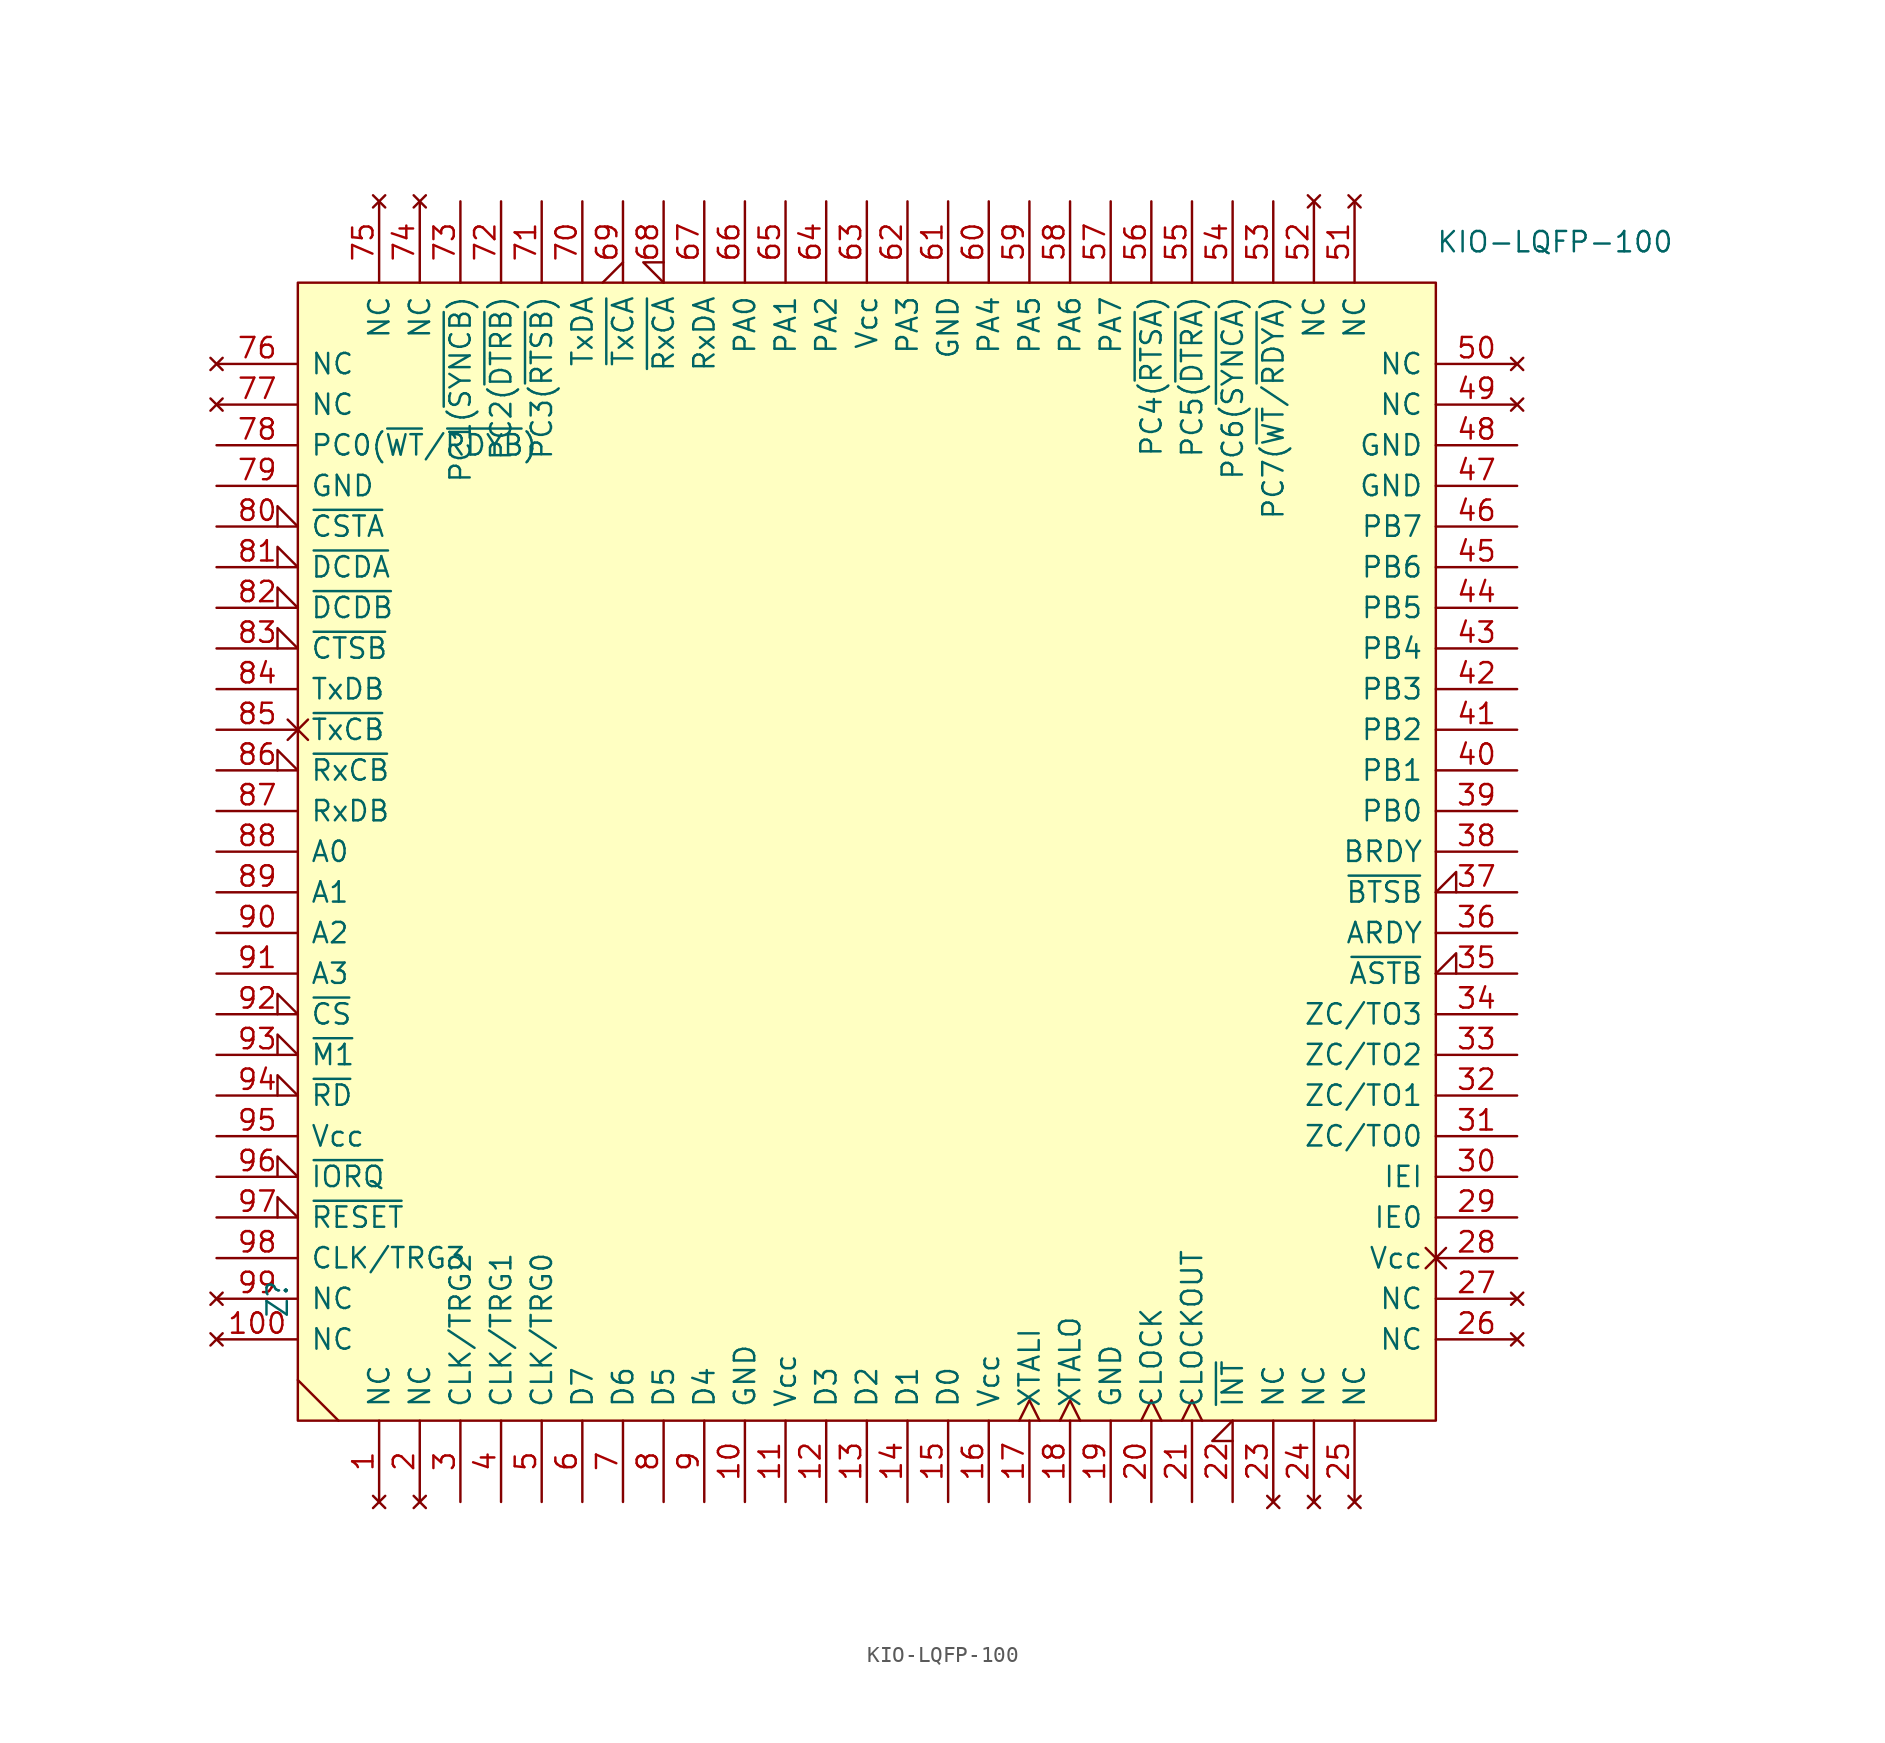
<source format=kicad_sym>
(kicad_symbol_lib
  (version 20211014)
  (generator kicad_symbol_editor)
  (symbol "KIO-LQFP-100"
    (pin_names
      (offset 0.762))
    (property "Reference" "Z"
      (at -1.27 -64.77 90)
      (effects (font (size 1.27 1.27)) (justify left)))
    (property "Value" "KIO-LQFP-100"
      (at 71.12 2.54 0)
      (effects (font (size 1.27 1.27)) (justify left)))
    (symbol "KIO-LQFP-100_0_0"
      (pin no_connect line (at 5.08 -76.2 90) (length 5.08) (name "NC" (effects (font (size 1.27 1.27)))) (number "1" (effects (font (size 1.27 1.27)))))
      (pin power_in line (at 27.94 -76.2 90) (length 5.08) (name "GND" (effects (font (size 1.27 1.27)))) (number "10" (effects (font (size 1.27 1.27)))))
      (pin no_connect line (at -5.08 -66.04 0) (length 5.08) (name "NC" (effects (font (size 1.27 1.27)))) (number "100" (effects (font (size 1.27 1.27)))))
      (pin power_in line (at 30.48 -76.2 90) (length 5.08) (name "Vcc" (effects (font (size 1.27 1.27)))) (number "11" (effects (font (size 1.27 1.27)))))
      (pin bidirectional line (at 33.02 -76.2 90) (length 5.08) (name "D3" (effects (font (size 1.27 1.27)))) (number "12" (effects (font (size 1.27 1.27)))))
      (pin bidirectional line (at 35.56 -76.2 90) (length 5.08) (name "D2" (effects (font (size 1.27 1.27)))) (number "13" (effects (font (size 1.27 1.27)))))
      (pin bidirectional line (at 38.1 -76.2 90) (length 5.08) (name "D1" (effects (font (size 1.27 1.27)))) (number "14" (effects (font (size 1.27 1.27)))))
      (pin bidirectional line (at 40.64 -76.2 90) (length 5.08) (name "D0" (effects (font (size 1.27 1.27)))) (number "15" (effects (font (size 1.27 1.27)))))
      (pin power_in line (at 43.18 -76.2 90) (length 5.08) (name "Vcc" (effects (font (size 1.27 1.27)))) (number "16" (effects (font (size 1.27 1.27)))))
      (pin input clock (at 45.72 -76.2 90) (length 5.08) (name "XTALI" (effects (font (size 1.27 1.27)))) (number "17" (effects (font (size 1.27 1.27)))))
      (pin output clock (at 48.26 -76.2 90) (length 5.08) (name "XTALO" (effects (font (size 1.27 1.27)))) (number "18" (effects (font (size 1.27 1.27)))))
      (pin power_in line (at 50.8 -76.2 90) (length 5.08) (name "GND" (effects (font (size 1.27 1.27)))) (number "19" (effects (font (size 1.27 1.27)))))
      (pin no_connect line (at 7.62 -76.2 90) (length 5.08) (name "NC" (effects (font (size 1.27 1.27)))) (number "2" (effects (font (size 1.27 1.27)))))
      (pin input clock (at 53.34 -76.2 90) (length 5.08) (name "CLOCK" (effects (font (size 1.27 1.27)))) (number "20" (effects (font (size 1.27 1.27)))))
      (pin output clock (at 55.88 -76.2 90) (length 5.08) (name "CLOCKOUT" (effects (font (size 1.27 1.27)))) (number "21" (effects (font (size 1.27 1.27)))))
      (pin open_collector input_low (at 58.42 -76.2 90) (length 5.08) (name "~{INT}" (effects (font (size 1.27 1.27)))) (number "22" (effects (font (size 1.27 1.27)))))
      (pin no_connect line (at 60.96 -76.2 90) (length 5.08) (name "NC" (effects (font (size 1.27 1.27)))) (number "23" (effects (font (size 1.27 1.27)))))
      (pin no_connect line (at 63.5 -76.2 90) (length 5.08) (name "NC" (effects (font (size 1.27 1.27)))) (number "24" (effects (font (size 1.27 1.27)))))
      (pin no_connect line (at 66.04 -76.2 90) (length 5.08) (name "NC" (effects (font (size 1.27 1.27)))) (number "25" (effects (font (size 1.27 1.27)))))
      (pin no_connect line (at 76.2 -66.04 180) (length 5.08) (name "NC" (effects (font (size 1.27 1.27)))) (number "26" (effects (font (size 1.27 1.27)))))
      (pin no_connect line (at 76.2 -63.5 180) (length 5.08) (name "NC" (effects (font (size 1.27 1.27)))) (number "27" (effects (font (size 1.27 1.27)))))
      (pin power_in non_logic (at 76.2 -60.96 180) (length 5.08) (name "Vcc" (effects (font (size 1.27 1.27)))) (number "28" (effects (font (size 1.27 1.27)))))
      (pin output line (at 76.2 -58.42 180) (length 5.08) (name "IE0" (effects (font (size 1.27 1.27)))) (number "29" (effects (font (size 1.27 1.27)))))
      (pin input line (at 10.16 -76.2 90) (length 5.08) (name "CLK/TRG2" (effects (font (size 1.27 1.27)))) (number "3" (effects (font (size 1.27 1.27)))))
      (pin input line (at 76.2 -55.88 180) (length 5.08) (name "IEI" (effects (font (size 1.27 1.27)))) (number "30" (effects (font (size 1.27 1.27)))))
      (pin output line (at 76.2 -53.34 180) (length 5.08) (name "ZC/TO0" (effects (font (size 1.27 1.27)))) (number "31" (effects (font (size 1.27 1.27)))))
      (pin output line (at 76.2 -50.8 180) (length 5.08) (name "ZC/TO1" (effects (font (size 1.27 1.27)))) (number "32" (effects (font (size 1.27 1.27)))))
      (pin output line (at 76.2 -48.26 180) (length 5.08) (name "ZC/TO2" (effects (font (size 1.27 1.27)))) (number "33" (effects (font (size 1.27 1.27)))))
      (pin output line (at 76.2 -45.72 180) (length 5.08) (name "ZC/TO3" (effects (font (size 1.27 1.27)))) (number "34" (effects (font (size 1.27 1.27)))))
      (pin input input_low (at 76.2 -43.18 180) (length 5.08) (name "~{ASTB}" (effects (font (size 1.27 1.27)))) (number "35" (effects (font (size 1.27 1.27)))))
      (pin output line (at 76.2 -40.64 180) (length 5.08) (name "ARDY" (effects (font (size 1.27 1.27)))) (number "36" (effects (font (size 1.27 1.27)))))
      (pin input input_low (at 76.2 -38.1 180) (length 5.08) (name "~{BTSB}" (effects (font (size 1.27 1.27)))) (number "37" (effects (font (size 1.27 1.27)))))
      (pin output line (at 76.2 -35.56 180) (length 5.08) (name "BRDY" (effects (font (size 1.27 1.27)))) (number "38" (effects (font (size 1.27 1.27)))))
      (pin tri_state line (at 76.2 -33.02 180) (length 5.08) (name "PB0" (effects (font (size 1.27 1.27)))) (number "39" (effects (font (size 1.27 1.27)))))
      (pin input line (at 12.7 -76.2 90) (length 5.08) (name "CLK/TRG1" (effects (font (size 1.27 1.27)))) (number "4" (effects (font (size 1.27 1.27)))))
      (pin tri_state line (at 76.2 -30.48 180) (length 5.08) (name "PB1" (effects (font (size 1.27 1.27)))) (number "40" (effects (font (size 1.27 1.27)))))
      (pin tri_state line (at 76.2 -27.94 180) (length 5.08) (name "PB2" (effects (font (size 1.27 1.27)))) (number "41" (effects (font (size 1.27 1.27)))))
      (pin tri_state line (at 76.2 -25.4 180) (length 5.08) (name "PB3" (effects (font (size 1.27 1.27)))) (number "42" (effects (font (size 1.27 1.27)))))
      (pin tri_state line (at 76.2 -22.86 180) (length 5.08) (name "PB4" (effects (font (size 1.27 1.27)))) (number "43" (effects (font (size 1.27 1.27)))))
      (pin tri_state line (at 76.2 -20.32 180) (length 5.08) (name "PB5" (effects (font (size 1.27 1.27)))) (number "44" (effects (font (size 1.27 1.27)))))
      (pin tri_state line (at 76.2 -17.78 180) (length 5.08) (name "PB6" (effects (font (size 1.27 1.27)))) (number "45" (effects (font (size 1.27 1.27)))))
      (pin tri_state line (at 76.2 -15.24 180) (length 5.08) (name "PB7" (effects (font (size 1.27 1.27)))) (number "46" (effects (font (size 1.27 1.27)))))
      (pin power_in line (at 76.2 -12.7 180) (length 5.08) (name "GND" (effects (font (size 1.27 1.27)))) (number "47" (effects (font (size 1.27 1.27)))))
      (pin power_in line (at 76.2 -10.16 180) (length 5.08) (name "GND" (effects (font (size 1.27 1.27)))) (number "48" (effects (font (size 1.27 1.27)))))
      (pin no_connect line (at 76.2 -7.62 180) (length 5.08) (name "NC" (effects (font (size 1.27 1.27)))) (number "49" (effects (font (size 1.27 1.27)))))
      (pin input line (at 15.24 -76.2 90) (length 5.08) (name "CLK/TRG0" (effects (font (size 1.27 1.27)))) (number "5" (effects (font (size 1.27 1.27)))))
      (pin no_connect line (at 76.2 -5.08 180) (length 5.08) (name "NC" (effects (font (size 1.27 1.27)))) (number "50" (effects (font (size 1.27 1.27)))))
      (pin no_connect line (at 66.04 5.08 270) (length 5.08) (name "NC" (effects (font (size 1.27 1.27)))) (number "51" (effects (font (size 1.27 1.27)))))
      (pin no_connect line (at 63.5 5.08 270) (length 5.08) (name "NC" (effects (font (size 1.27 1.27)))) (number "52" (effects (font (size 1.27 1.27)))))
      (pin tri_state line (at 60.96 5.08 270) (length 5.08) (name "PC7(~{WT}/~{RDYA})" (effects (font (size 1.27 1.27)))) (number "53" (effects (font (size 1.27 1.27)))))
      (pin tri_state line (at 58.42 5.08 270) (length 5.08) (name "PC6(~{SYNCA})" (effects (font (size 1.27 1.27)))) (number "54" (effects (font (size 1.27 1.27)))))
      (pin tri_state line (at 55.88 5.08 270) (length 5.08) (name "PC5(~{DTRA})" (effects (font (size 1.27 1.27)))) (number "55" (effects (font (size 1.27 1.27)))))
      (pin tri_state line (at 53.34 5.08 270) (length 5.08) (name "PC4(~{RTSA})" (effects (font (size 1.27 1.27)))) (number "56" (effects (font (size 1.27 1.27)))))
      (pin tri_state line (at 50.8 5.08 270) (length 5.08) (name "PA7" (effects (font (size 1.27 1.27)))) (number "57" (effects (font (size 1.27 1.27)))))
      (pin tri_state line (at 48.26 5.08 270) (length 5.08) (name "PA6" (effects (font (size 1.27 1.27)))) (number "58" (effects (font (size 1.27 1.27)))))
      (pin tri_state line (at 45.72 5.08 270) (length 5.08) (name "PA5" (effects (font (size 1.27 1.27)))) (number "59" (effects (font (size 1.27 1.27)))))
      (pin bidirectional line (at 17.78 -76.2 90) (length 5.08) (name "D7" (effects (font (size 1.27 1.27)))) (number "6" (effects (font (size 1.27 1.27)))))
      (pin tri_state line (at 43.18 5.08 270) (length 5.08) (name "PA4" (effects (font (size 1.27 1.27)))) (number "60" (effects (font (size 1.27 1.27)))))
      (pin power_in line (at 40.64 5.08 270) (length 5.08) (name "GND" (effects (font (size 1.27 1.27)))) (number "61" (effects (font (size 1.27 1.27)))))
      (pin tri_state line (at 38.1 5.08 270) (length 5.08) (name "PA3" (effects (font (size 1.27 1.27)))) (number "62" (effects (font (size 1.27 1.27)))))
      (pin power_in line (at 35.56 5.08 270) (length 5.08) (name "Vcc" (effects (font (size 1.27 1.27)))) (number "63" (effects (font (size 1.27 1.27)))))
      (pin tri_state line (at 33.02 5.08 270) (length 5.08) (name "PA2" (effects (font (size 1.27 1.27)))) (number "64" (effects (font (size 1.27 1.27)))))
      (pin tri_state line (at 30.48 5.08 270) (length 5.08) (name "PA1" (effects (font (size 1.27 1.27)))) (number "65" (effects (font (size 1.27 1.27)))))
      (pin tri_state line (at 27.94 5.08 270) (length 5.08) (name "PA0" (effects (font (size 1.27 1.27)))) (number "66" (effects (font (size 1.27 1.27)))))
      (pin input line (at 25.4 5.08 270) (length 5.08) (name "RxDA" (effects (font (size 1.27 1.27)))) (number "67" (effects (font (size 1.27 1.27)))))
      (pin input input_low (at 22.86 5.08 270) (length 5.08) (name "~{RxCA}" (effects (font (size 1.27 1.27)))) (number "68" (effects (font (size 1.27 1.27)))))
      (pin bidirectional output_low (at 20.32 5.08 270) (length 5.08) (name "~{TxCA}" (effects (font (size 1.27 1.27)))) (number "69" (effects (font (size 1.27 1.27)))))
      (pin bidirectional line (at 20.32 -76.2 90) (length 5.08) (name "D6" (effects (font (size 1.27 1.27)))) (number "7" (effects (font (size 1.27 1.27)))))
      (pin output line (at 17.78 5.08 270) (length 5.08) (name "TxDA" (effects (font (size 1.27 1.27)))) (number "70" (effects (font (size 1.27 1.27)))))
      (pin tri_state line (at 15.24 5.08 270) (length 5.08) (name "PC3(~{RTSB})" (effects (font (size 1.27 1.27)))) (number "71" (effects (font (size 1.27 1.27)))))
      (pin tri_state line (at 12.7 5.08 270) (length 5.08) (name "PC2(~{DTRB})" (effects (font (size 1.27 1.27)))) (number "72" (effects (font (size 1.27 1.27)))))
      (pin tri_state line (at 10.16 5.08 270) (length 5.08) (name "PC1(~{SYNCB})" (effects (font (size 1.27 1.27)))) (number "73" (effects (font (size 1.27 1.27)))))
      (pin no_connect line (at 7.62 5.08 270) (length 5.08) (name "NC" (effects (font (size 1.27 1.27)))) (number "74" (effects (font (size 1.27 1.27)))))
      (pin no_connect line (at 5.08 5.08 270) (length 5.08) (name "NC" (effects (font (size 1.27 1.27)))) (number "75" (effects (font (size 1.27 1.27)))))
      (pin no_connect line (at -5.08 -5.08 0) (length 5.08) (name "NC" (effects (font (size 1.27 1.27)))) (number "76" (effects (font (size 1.27 1.27)))))
      (pin no_connect line (at -5.08 -7.62 0) (length 5.08) (name "NC" (effects (font (size 1.27 1.27)))) (number "77" (effects (font (size 1.27 1.27)))))
      (pin tri_state line (at -5.08 -10.16 0) (length 5.08) (name "PC0(~{WT}/~{RDYB})" (effects (font (size 1.27 1.27)))) (number "78" (effects (font (size 1.27 1.27)))))
      (pin power_in line (at -5.08 -12.7 0) (length 5.08) (name "GND" (effects (font (size 1.27 1.27)))) (number "79" (effects (font (size 1.27 1.27)))))
      (pin bidirectional line (at 22.86 -76.2 90) (length 5.08) (name "D5" (effects (font (size 1.27 1.27)))) (number "8" (effects (font (size 1.27 1.27)))))
      (pin input input_low (at -5.08 -15.24 0) (length 5.08) (name "~{CSTA}" (effects (font (size 1.27 1.27)))) (number "80" (effects (font (size 1.27 1.27)))))
      (pin input input_low (at -5.08 -17.78 0) (length 5.08) (name "~{DCDA}" (effects (font (size 1.27 1.27)))) (number "81" (effects (font (size 1.27 1.27)))))
      (pin input input_low (at -5.08 -20.32 0) (length 5.08) (name "~{DCDB}" (effects (font (size 1.27 1.27)))) (number "82" (effects (font (size 1.27 1.27)))))
      (pin input input_low (at -5.08 -22.86 0) (length 5.08) (name "~{CTSB}" (effects (font (size 1.27 1.27)))) (number "83" (effects (font (size 1.27 1.27)))))
      (pin output line (at -5.08 -25.4 0) (length 5.08) (name "TxDB" (effects (font (size 1.27 1.27)))) (number "84" (effects (font (size 1.27 1.27)))))
      (pin bidirectional non_logic (at -5.08 -27.94 0) (length 5.08) (name "~{TxCB}" (effects (font (size 1.27 1.27)))) (number "85" (effects (font (size 1.27 1.27)))))
      (pin input input_low (at -5.08 -30.48 0) (length 5.08) (name "~{RxCB}" (effects (font (size 1.27 1.27)))) (number "86" (effects (font (size 1.27 1.27)))))
      (pin input line (at -5.08 -33.02 0) (length 5.08) (name "RxDB" (effects (font (size 1.27 1.27)))) (number "87" (effects (font (size 1.27 1.27)))))
      (pin input line (at -5.08 -35.56 0) (length 5.08) (name "A0" (effects (font (size 1.27 1.27)))) (number "88" (effects (font (size 1.27 1.27)))))
      (pin input line (at -5.08 -38.1 0) (length 5.08) (name "A1" (effects (font (size 1.27 1.27)))) (number "89" (effects (font (size 1.27 1.27)))))
      (pin bidirectional line (at 25.4 -76.2 90) (length 5.08) (name "D4" (effects (font (size 1.27 1.27)))) (number "9" (effects (font (size 1.27 1.27)))))
      (pin input line (at -5.08 -40.64 0) (length 5.08) (name "A2" (effects (font (size 1.27 1.27)))) (number "90" (effects (font (size 1.27 1.27)))))
      (pin input line (at -5.08 -43.18 0) (length 5.08) (name "A3" (effects (font (size 1.27 1.27)))) (number "91" (effects (font (size 1.27 1.27)))))
      (pin input input_low (at -5.08 -45.72 0) (length 5.08) (name "~{CS}" (effects (font (size 1.27 1.27)))) (number "92" (effects (font (size 1.27 1.27)))))
      (pin input input_low (at -5.08 -48.26 0) (length 5.08) (name "~{M1}" (effects (font (size 1.27 1.27)))) (number "93" (effects (font (size 1.27 1.27)))))
      (pin input input_low (at -5.08 -50.8 0) (length 5.08) (name "~{RD}" (effects (font (size 1.27 1.27)))) (number "94" (effects (font (size 1.27 1.27)))))
      (pin power_in line (at -5.08 -53.34 0) (length 5.08) (name "Vcc" (effects (font (size 1.27 1.27)))) (number "95" (effects (font (size 1.27 1.27)))))
      (pin input input_low (at -5.08 -55.88 0) (length 5.08) (name "~{IORQ}" (effects (font (size 1.27 1.27)))) (number "96" (effects (font (size 1.27 1.27)))))
      (pin input input_low (at -5.08 -58.42 0) (length 5.08) (name "~{RESET}" (effects (font (size 1.27 1.27)))) (number "97" (effects (font (size 1.27 1.27)))))
      (pin input line (at -5.08 -60.96 0) (length 5.08) (name "CLK/TRG3" (effects (font (size 1.27 1.27)))) (number "98" (effects (font (size 1.27 1.27)))))
      (pin no_connect line (at -5.08 -63.5 0) (length 5.08) (name "NC" (effects (font (size 1.27 1.27)))) (number "99" (effects (font (size 1.27 1.27))))))
    (symbol "KIO-LQFP-100_0_1"
      (rectangle (start 0 -71.12) (end 71.12 0) (stroke (width 0) (type default) (color 0 0 0 0)) (fill (type background)))
      (polyline (pts (xy 0 -68.58) (xy 2.54 -71.12)) (stroke (width 0) (type default) (color 0 0 0 0)) (fill (type none))))))
</source>
